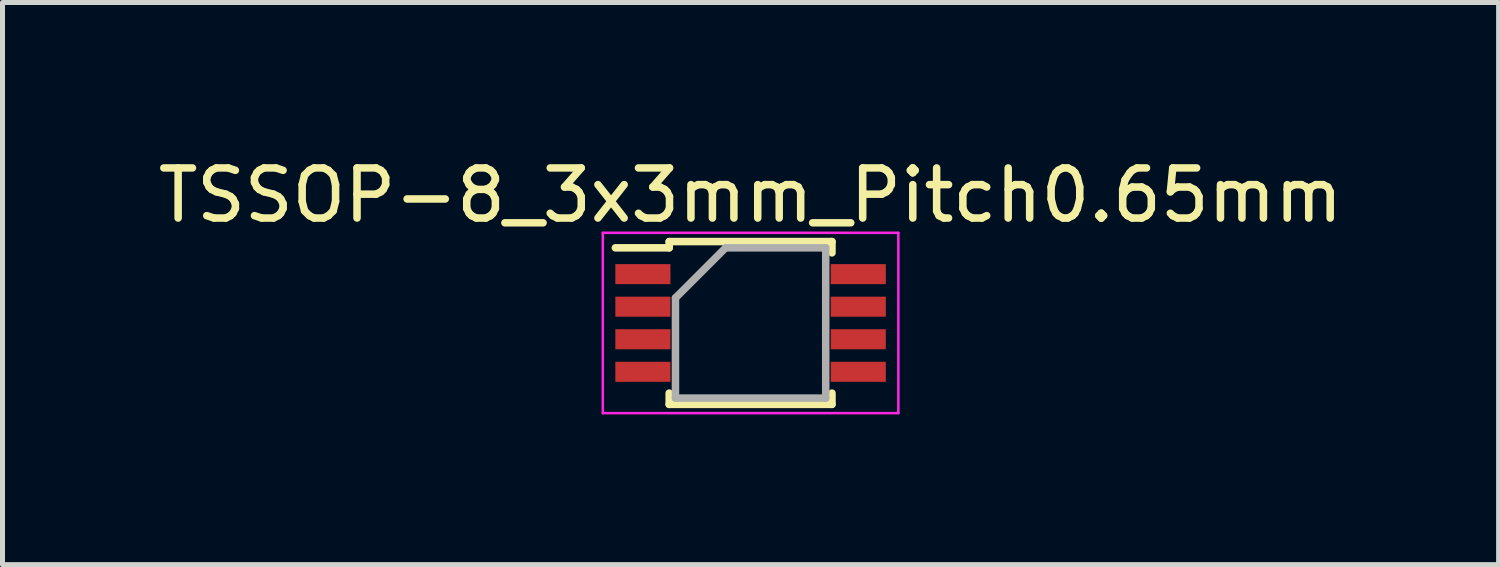
<source format=kicad_pcb>
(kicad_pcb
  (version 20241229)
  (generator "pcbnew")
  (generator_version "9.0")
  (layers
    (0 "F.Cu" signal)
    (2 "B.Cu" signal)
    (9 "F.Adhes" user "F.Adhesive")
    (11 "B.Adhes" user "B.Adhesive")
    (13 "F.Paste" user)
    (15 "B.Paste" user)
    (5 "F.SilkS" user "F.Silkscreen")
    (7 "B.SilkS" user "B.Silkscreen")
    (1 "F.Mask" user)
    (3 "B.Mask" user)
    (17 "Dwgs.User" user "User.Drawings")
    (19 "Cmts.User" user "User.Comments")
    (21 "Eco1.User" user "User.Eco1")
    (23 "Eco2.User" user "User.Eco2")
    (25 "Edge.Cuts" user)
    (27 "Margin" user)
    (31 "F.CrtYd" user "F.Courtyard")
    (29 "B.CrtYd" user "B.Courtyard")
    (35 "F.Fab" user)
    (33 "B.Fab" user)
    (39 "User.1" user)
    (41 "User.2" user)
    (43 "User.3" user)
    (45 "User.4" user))
  (footprint "TSSOP-8_3x3mm_Pitch0.65mm"
    (layer "F.Cu")
    (at 11.935 3.398)
    (property "Reference" "TSSOP-8_3x3mm_Pitch0.65mm" (at 0 -2.55 0) (layer "F.SilkS") (effects (font (size 1 1) (thickness 0.15))))
    (attr smd)
    (fp_line (start -1.625 -1.625) (end -1.625 -1.5) (stroke (width 0.15) (type solid)) (layer "F.SilkS"))
    (fp_line (start -1.625 -1.625) (end 1.625 -1.625) (stroke (width 0.15) (type solid)) (layer "F.SilkS"))
    (fp_line (start -1.625 -1.5) (end -2.7 -1.5) (stroke (width 0.15) (type solid)) (layer "F.SilkS"))
    (fp_line (start -1.625 1.625) (end -1.625 1.4) (stroke (width 0.15) (type solid)) (layer "F.SilkS"))
    (fp_line (start -1.625 1.625) (end 1.625 1.625) (stroke (width 0.15) (type solid)) (layer "F.SilkS"))
    (fp_line (start 1.625 -1.625) (end 1.625 -1.4) (stroke (width 0.15) (type solid)) (layer "F.SilkS"))
    (fp_line (start 1.625 1.625) (end 1.625 1.4) (stroke (width 0.15) (type solid)) (layer "F.SilkS"))
    (fp_line (start -2.95 -1.8) (end -2.95 1.8) (stroke (width 0.05) (type solid)) (layer "F.CrtYd"))
    (fp_line (start -2.95 -1.8) (end 2.95 -1.8) (stroke (width 0.05) (type solid)) (layer "F.CrtYd"))
    (fp_line (start -2.95 1.8) (end 2.95 1.8) (stroke (width 0.05) (type solid)) (layer "F.CrtYd"))
    (fp_line (start 2.95 -1.8) (end 2.95 1.8) (stroke (width 0.05) (type solid)) (layer "F.CrtYd"))
    (fp_line (start -1.5 -0.5) (end -0.5 -1.5) (stroke (width 0.15) (type solid)) (layer "F.Fab"))
    (fp_line (start -1.5 1.5) (end -1.5 -0.5) (stroke (width 0.15) (type solid)) (layer "F.Fab"))
    (fp_line (start -0.5 -1.5) (end 1.5 -1.5) (stroke (width 0.15) (type solid)) (layer "F.Fab"))
    (fp_line (start 1.5 -1.5) (end 1.5 1.5) (stroke (width 0.15) (type solid)) (layer "F.Fab"))
    (fp_line (start 1.5 1.5) (end -1.5 1.5) (stroke (width 0.15) (type solid)) (layer "F.Fab"))
    (pad "1" smd rect (at -2.15 -0.975) (size 1.1 0.4) (layers "F.Cu" "F.Mask" "F.Paste"))
    (pad "2" smd rect (at -2.15 -0.325) (size 1.1 0.4) (layers "F.Cu" "F.Mask" "F.Paste"))
    (pad "3" smd rect (at -2.15 0.325) (size 1.1 0.4) (layers "F.Cu" "F.Mask" "F.Paste"))
    (pad "4" smd rect (at -2.15 0.975) (size 1.1 0.4) (layers "F.Cu" "F.Mask" "F.Paste"))
    (pad "5" smd rect (at 2.15 0.975) (size 1.1 0.4) (layers "F.Cu" "F.Mask" "F.Paste"))
    (pad "6" smd rect (at 2.15 0.325) (size 1.1 0.4) (layers "F.Cu" "F.Mask" "F.Paste"))
    (pad "7" smd rect (at 2.15 -0.325) (size 1.1 0.4) (layers "F.Cu" "F.Mask" "F.Paste"))
    (pad "8" smd rect (at 2.15 -0.975) (size 1.1 0.4) (layers "F.Cu" "F.Mask" "F.Paste")))
  (gr_rect
    (start -3 -3)
    (end 26.869 8.223)
    (stroke (width 0.1) (type default))
    (fill no)
    (layer "Edge.Cuts")))
</source>
